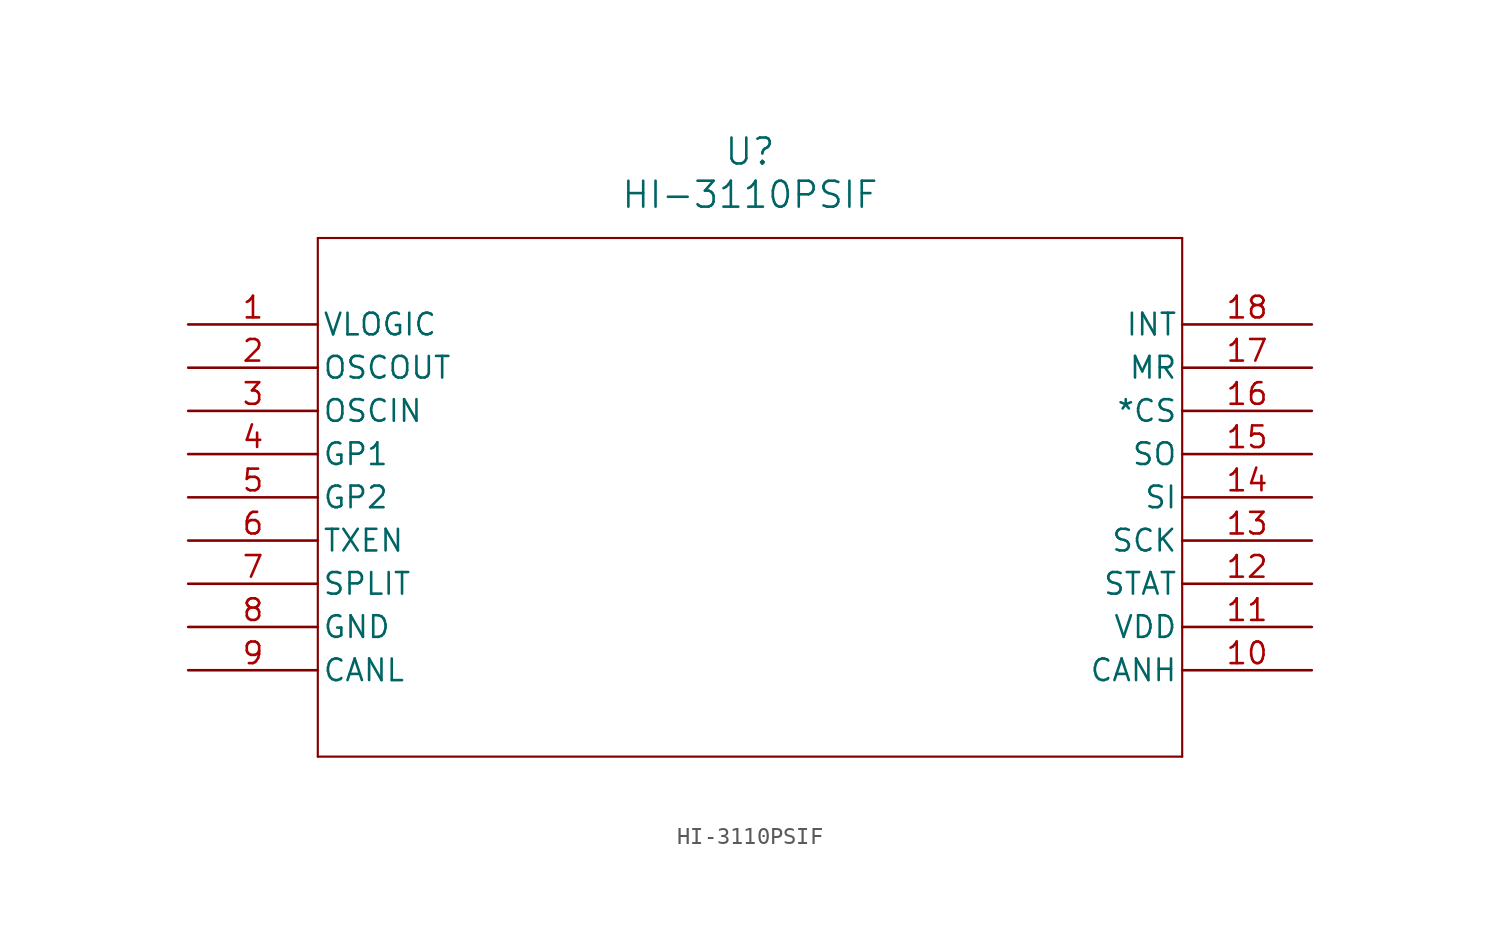
<source format=kicad_sym>
(kicad_symbol_lib
  (version 20211014)
  (generator kicad_symbol_editor)
  (symbol "HI-3110PSIF"
    (pin_names
      (offset 0.254))
    (property "Reference" "U"
      (at 33.02 10.16 0)
      (effects (font (size 1.524 1.524))))
    (property "Value" "HI-3110PSIF"
      (at 33.02 7.62 0)
      (effects (font (size 1.524 1.524))))
    (symbol "HI-3110PSIF_0_1"
      (polyline (pts (xy 7.62 5.08) (xy 7.62 -25.4)) (stroke (width 0.127) (type default) (color 0 0 0 0)) (fill (type none)))
      (polyline (pts (xy 7.62 -25.4) (xy 58.42 -25.4)) (stroke (width 0.127) (type default) (color 0 0 0 0)) (fill (type none)))
      (polyline (pts (xy 58.42 -25.4) (xy 58.42 5.08)) (stroke (width 0.127) (type default) (color 0 0 0 0)) (fill (type none)))
      (polyline (pts (xy 58.42 5.08) (xy 7.62 5.08)) (stroke (width 0.127) (type default) (color 0 0 0 0)) (fill (type none)))
      (pin power_in line (at 0 0 0) (length 7.62) (name "VLOGIC" (effects (font (size 1.27 1.27)))) (number "1" (effects (font (size 1.27 1.27)))))
      (pin output line (at 0 -2.54 0) (length 7.62) (name "OSCOUT" (effects (font (size 1.27 1.27)))) (number "2" (effects (font (size 1.27 1.27)))))
      (pin input line (at 0 -5.08 0) (length 7.62) (name "OSCIN" (effects (font (size 1.27 1.27)))) (number "3" (effects (font (size 1.27 1.27)))))
      (pin output line (at 0 -7.62 0) (length 7.62) (name "GP1" (effects (font (size 1.27 1.27)))) (number "4" (effects (font (size 1.27 1.27)))))
      (pin output line (at 0 -10.16 0) (length 7.62) (name "GP2" (effects (font (size 1.27 1.27)))) (number "5" (effects (font (size 1.27 1.27)))))
      (pin input line (at 0 -12.7 0) (length 7.62) (name "TXEN" (effects (font (size 1.27 1.27)))) (number "6" (effects (font (size 1.27 1.27)))))
      (pin output line (at 0 -15.24 0) (length 7.62) (name "SPLIT" (effects (font (size 1.27 1.27)))) (number "7" (effects (font (size 1.27 1.27)))))
      (pin power_in line (at 0 -17.78 0) (length 7.62) (name "GND" (effects (font (size 1.27 1.27)))) (number "8" (effects (font (size 1.27 1.27)))))
      (pin bidirectional line (at 0 -20.32 0) (length 7.62) (name "CANL" (effects (font (size 1.27 1.27)))) (number "9" (effects (font (size 1.27 1.27)))))
      (pin bidirectional line (at 66.04 -20.32 180) (length 7.62) (name "CANH" (effects (font (size 1.27 1.27)))) (number "10" (effects (font (size 1.27 1.27)))))
      (pin power_in line (at 66.04 -17.78 180) (length 7.62) (name "VDD" (effects (font (size 1.27 1.27)))) (number "11" (effects (font (size 1.27 1.27)))))
      (pin output line (at 66.04 -15.24 180) (length 7.62) (name "STAT" (effects (font (size 1.27 1.27)))) (number "12" (effects (font (size 1.27 1.27)))))
      (pin input line (at 66.04 -12.7 180) (length 7.62) (name "SCK" (effects (font (size 1.27 1.27)))) (number "13" (effects (font (size 1.27 1.27)))))
      (pin input line (at 66.04 -10.16 180) (length 7.62) (name "SI" (effects (font (size 1.27 1.27)))) (number "14" (effects (font (size 1.27 1.27)))))
      (pin output line (at 66.04 -7.62 180) (length 7.62) (name "SO" (effects (font (size 1.27 1.27)))) (number "15" (effects (font (size 1.27 1.27)))))
      (pin input line (at 66.04 -5.08 180) (length 7.62) (name "*CS" (effects (font (size 1.27 1.27)))) (number "16" (effects (font (size 1.27 1.27)))))
      (pin input line (at 66.04 -2.54 180) (length 7.62) (name "MR" (effects (font (size 1.27 1.27)))) (number "17" (effects (font (size 1.27 1.27)))))
      (pin output line (at 66.04 0 180) (length 7.62) (name "INT" (effects (font (size 1.27 1.27)))) (number "18" (effects (font (size 1.27 1.27))))))))
</source>
